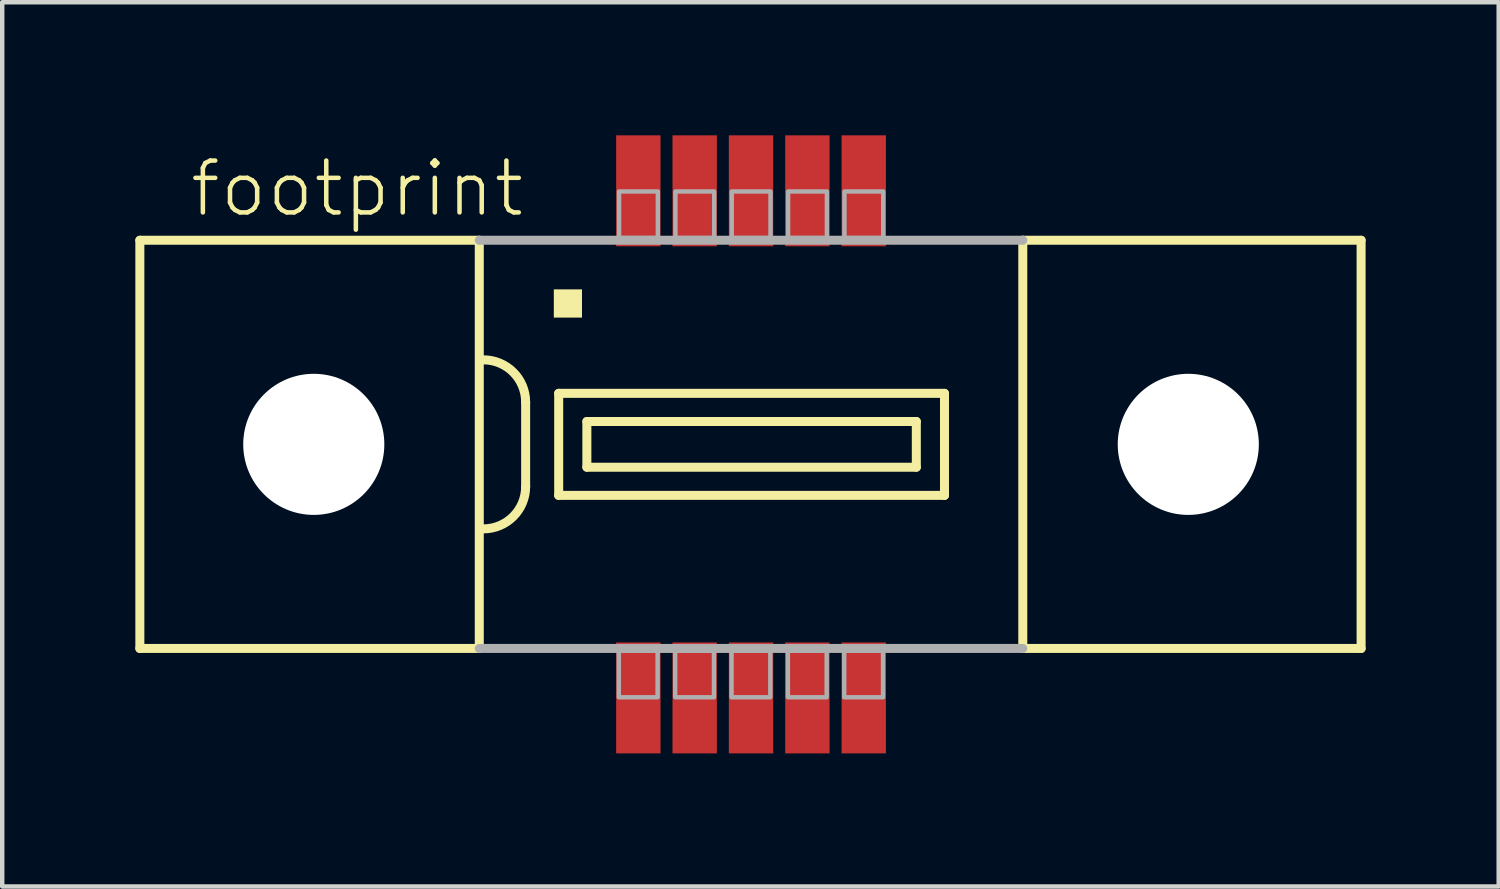
<source format=kicad_pcb>
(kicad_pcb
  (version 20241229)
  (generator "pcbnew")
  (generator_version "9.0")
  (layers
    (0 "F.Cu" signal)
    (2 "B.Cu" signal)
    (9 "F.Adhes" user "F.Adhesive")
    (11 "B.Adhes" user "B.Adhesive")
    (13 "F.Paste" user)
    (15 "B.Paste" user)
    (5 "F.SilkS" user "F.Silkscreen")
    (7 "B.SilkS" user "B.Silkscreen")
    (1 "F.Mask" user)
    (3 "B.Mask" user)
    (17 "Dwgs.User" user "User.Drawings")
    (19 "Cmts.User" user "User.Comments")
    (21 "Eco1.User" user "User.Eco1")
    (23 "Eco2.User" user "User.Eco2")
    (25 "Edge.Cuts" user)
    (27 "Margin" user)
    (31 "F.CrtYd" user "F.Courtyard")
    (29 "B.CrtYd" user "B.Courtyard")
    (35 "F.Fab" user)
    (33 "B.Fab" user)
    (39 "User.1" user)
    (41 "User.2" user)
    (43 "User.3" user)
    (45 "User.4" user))
  (footprint "footprint"
    (layer "F.Cu")
    (at 13.877 6.965)
    (property "Reference" "footprint" (at -12.7 -5.08 0) (layer "F.SilkS") (effects (font (size 1.168 1.168) (thickness 0.102)) (justify left bottom)))
    (fp_line (start -13.775 -4.6) (end -13.775 4.6) (stroke (width 0.203) (type solid)) (layer "F.SilkS"))
    (fp_line (start -13.775 4.6) (end -6.125 4.6) (stroke (width 0.203) (type solid)) (layer "F.SilkS"))
    (fp_line (start -6.125 -4.6) (end -13.775 -4.6) (stroke (width 0.203) (type solid)) (layer "F.SilkS"))
    (fp_line (start -6.125 -4.6) (end -6.125 4.6) (stroke (width 0.203) (type solid)) (layer "F.SilkS"))
    (fp_line (start -5.08 -0.953) (end -5.08 0.953) (stroke (width 0.203) (type solid)) (layer "F.SilkS"))
    (fp_line (start -4.335 -1.15) (end -4.335 1.15) (stroke (width 0.203) (type solid)) (layer "F.SilkS"))
    (fp_line (start -4.335 1.15) (end 4.36 1.15) (stroke (width 0.203) (type solid)) (layer "F.SilkS"))
    (fp_line (start -3.7 -0.515) (end -3.7 0.515) (stroke (width 0.203) (type solid)) (layer "F.SilkS"))
    (fp_line (start -3.7 0.515) (end 3.725 0.515) (stroke (width 0.203) (type solid)) (layer "F.SilkS"))
    (fp_line (start 3.725 -0.515) (end -3.7 -0.515) (stroke (width 0.203) (type solid)) (layer "F.SilkS"))
    (fp_line (start 3.725 0.515) (end 3.725 -0.515) (stroke (width 0.203) (type solid)) (layer "F.SilkS"))
    (fp_line (start 4.36 -1.15) (end -4.335 -1.15) (stroke (width 0.203) (type solid)) (layer "F.SilkS"))
    (fp_line (start 4.36 1.15) (end 4.36 -1.15) (stroke (width 0.203) (type solid)) (layer "F.SilkS"))
    (fp_line (start 6.125 4.6) (end 6.125 -4.6) (stroke (width 0.203) (type solid)) (layer "F.SilkS"))
    (fp_line (start 6.125 4.6) (end 13.75 4.6) (stroke (width 0.203) (type solid)) (layer "F.SilkS"))
    (fp_line (start 13.75 -4.6) (end 6.125 -4.6) (stroke (width 0.203) (type solid)) (layer "F.SilkS"))
    (fp_line (start 13.75 4.6) (end 13.75 -4.6) (stroke (width 0.203) (type solid)) (layer "F.SilkS"))
    (fp_arc (start -6.0325 -1.905) (mid -5.358981 -1.626019) (end -5.08 -0.9525) (stroke (width 0.2032) (type solid)) (layer "F.SilkS"))
    (fp_arc (start -5.08 0.9525) (mid -5.35901 1.625989) (end -6.032499 1.904999) (stroke (width 0.2032) (type solid)) (layer "F.SilkS"))
    (fp_poly (pts (xy -4.445 -2.857) (xy -3.81 -2.857) (xy -3.81 -3.493) (xy -4.445 -3.493)) (stroke (width 0) (type solid)) (fill yes) (layer "F.SilkS"))
    (fp_line (start -6.125 4.6) (end 6.125 4.6) (stroke (width 0.203) (type solid)) (layer "F.Fab"))
    (fp_line (start 6.125 -4.6) (end -6.125 -4.6) (stroke (width 0.203) (type solid)) (layer "F.Fab"))
    (fp_poly (pts (xy -2.975 -4.65) (xy -2.1 -4.65) (xy -2.1 -5.7) (xy -2.975 -5.7)) (stroke (width 0.1) (type solid)) (fill no) (layer "F.Fab"))
    (fp_poly (pts (xy -2.105 4.65) (xy -2.98 4.65) (xy -2.98 5.7) (xy -2.105 5.7)) (stroke (width 0.1) (type solid)) (fill no) (layer "F.Fab"))
    (fp_poly (pts (xy -1.705 -4.65) (xy -0.83 -4.65) (xy -0.83 -5.7) (xy -1.705 -5.7)) (stroke (width 0.1) (type solid)) (fill no) (layer "F.Fab"))
    (fp_poly (pts (xy -0.835 4.65) (xy -1.71 4.65) (xy -1.71 5.7) (xy -0.835 5.7)) (stroke (width 0.1) (type solid)) (fill no) (layer "F.Fab"))
    (fp_poly (pts (xy -0.435 -4.65) (xy 0.44 -4.65) (xy 0.44 -5.7) (xy -0.435 -5.7)) (stroke (width 0.1) (type solid)) (fill no) (layer "F.Fab"))
    (fp_poly (pts (xy 0.435 4.65) (xy -0.44 4.65) (xy -0.44 5.7) (xy 0.435 5.7)) (stroke (width 0.1) (type solid)) (fill no) (layer "F.Fab"))
    (fp_poly (pts (xy 0.835 -4.65) (xy 1.71 -4.65) (xy 1.71 -5.7) (xy 0.835 -5.7)) (stroke (width 0.1) (type solid)) (fill no) (layer "F.Fab"))
    (fp_poly (pts (xy 1.705 4.65) (xy 0.83 4.65) (xy 0.83 5.7) (xy 1.705 5.7)) (stroke (width 0.1) (type solid)) (fill no) (layer "F.Fab"))
    (fp_poly (pts (xy 2.105 -4.65) (xy 2.98 -4.65) (xy 2.98 -5.7) (xy 2.105 -5.7)) (stroke (width 0.1) (type solid)) (fill no) (layer "F.Fab"))
    (fp_poly (pts (xy 2.975 4.65) (xy 2.1 4.65) (xy 2.1 5.7) (xy 2.975 5.7)) (stroke (width 0.1) (type solid)) (fill no) (layer "F.Fab"))
    (pad "" np_thru_hole circle (at -9.855 0) (size 3.18 3.18) (drill 3.18) (layers "*.Cu" "*.Mask"))
    (pad "" np_thru_hole circle (at 9.855 0) (size 3.18 3.18) (drill 3.18) (layers "*.Cu" "*.Mask"))
    (pad "1" smd rect (at -2.54 -5.715) (size 1 2.5) (layers "F.Cu" "F.Mask" "F.Paste"))
    (pad "2" smd rect (at -1.27 -5.715) (size 1 2.5) (layers "F.Cu" "F.Mask" "F.Paste"))
    (pad "3" smd rect (at 0 -5.715) (size 1 2.5) (layers "F.Cu" "F.Mask" "F.Paste"))
    (pad "4" smd rect (at 1.27 -5.715) (size 1 2.5) (layers "F.Cu" "F.Mask" "F.Paste"))
    (pad "5" smd rect (at 2.54 -5.715) (size 1 2.5) (layers "F.Cu" "F.Mask" "F.Paste"))
    (pad "6" smd rect (at -2.54 5.715) (size 1 2.5) (layers "F.Cu" "F.Mask" "F.Paste"))
    (pad "7" smd rect (at -1.27 5.715) (size 1 2.5) (layers "F.Cu" "F.Mask" "F.Paste"))
    (pad "8" smd rect (at 0 5.715) (size 1 2.5) (layers "F.Cu" "F.Mask" "F.Paste"))
    (pad "9" smd rect (at 1.27 5.715) (size 1 2.5) (layers "F.Cu" "F.Mask" "F.Paste"))
    (pad "10" smd rect (at 2.54 5.715) (size 1 2.5) (layers "F.Cu" "F.Mask" "F.Paste")))
  (gr_rect
    (start -3 -3)
    (end 30.728 16.93)
    (stroke (width 0.1) (type default))
    (fill no)
    (layer "Edge.Cuts")))
</source>
